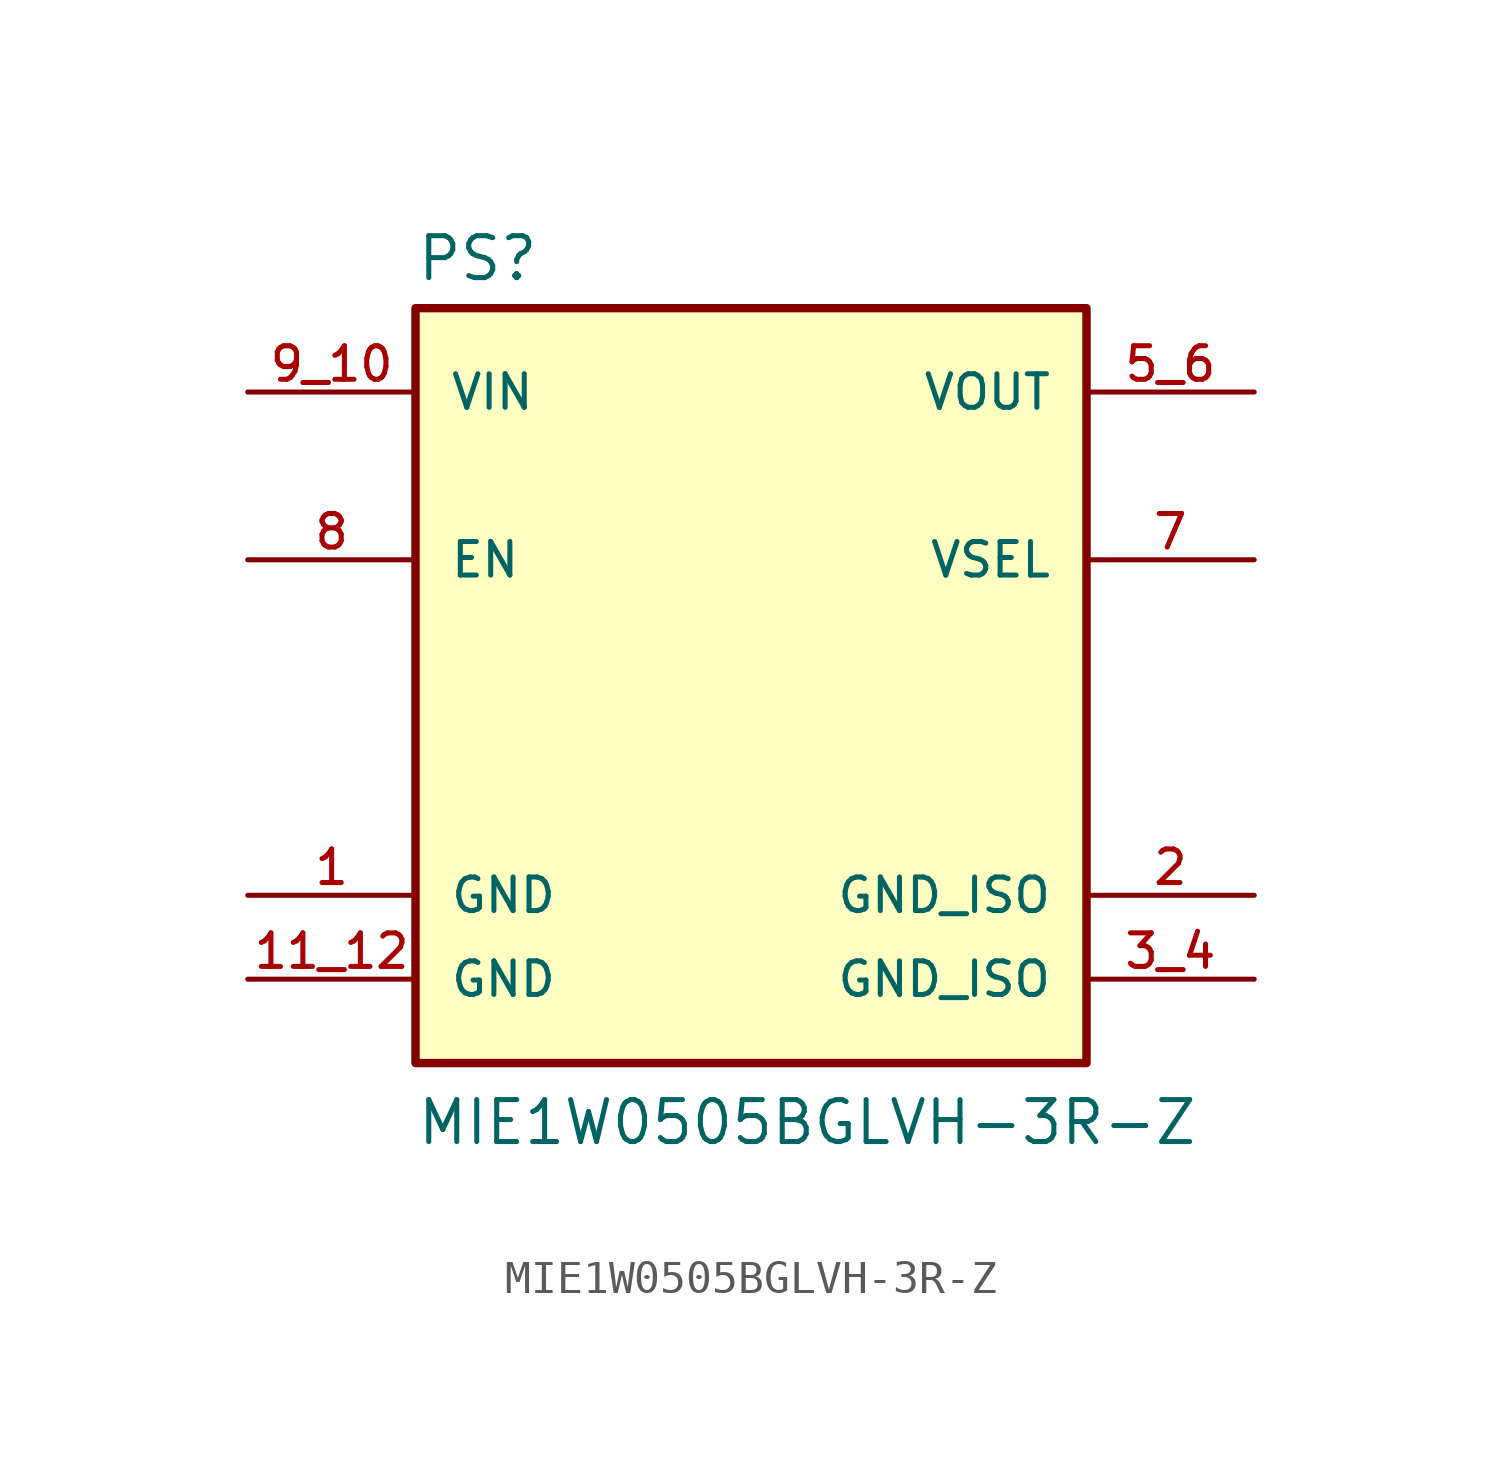
<source format=kicad_sym>
(kicad_symbol_lib
  (version 20241209)
  (generator "kicad_symbol_editor")
  (generator_version "9.0")
  (symbol "MIE1W0505BGLVH-3R-Z"
    (pin_names
      (offset 1.016))
    (property "Reference" "PS"
      (at -10.16 10.922 0)
      (effects (font (size 1.27 1.27)) (justify left bottom)))
    (property "Value" "MIE1W0505BGLVH-3R-Z"
      (at -10.16 -15.24 0)
      (effects (font (size 1.27 1.27)) (justify left bottom)))
    (symbol "MIE1W0505BGLVH-3R-Z_0_0"
      (rectangle (start -10.16 -12.7) (end 10.16 10.16) (stroke (width 0.254) (type default)) (fill (type background)))
      (pin power_in line (at -15.24 7.62 0) (length 5.08) (name "VIN" (effects (font (size 1.016 1.016)))) (number "9_10" (effects (font (size 1.016 1.016)))))
      (pin input line (at -15.24 2.54 0) (length 5.08) (name "EN" (effects (font (size 1.016 1.016)))) (number "8" (effects (font (size 1.016 1.016)))))
      (pin power_out line (at -15.24 -7.62 0) (length 5.08) (name "GND" (effects (font (size 1.016 1.016)))) (number "1" (effects (font (size 1.016 1.016)))))
      (pin power_out line (at -15.24 -10.16 0) (length 5.08) (name "GND" (effects (font (size 1.016 1.016)))) (number "11_12" (effects (font (size 1.016 1.016)))))
      (pin power_out line (at 15.24 7.62 180) (length 5.08) (name "VOUT" (effects (font (size 1.016 1.016)))) (number "5_6" (effects (font (size 1.016 1.016)))))
      (pin input line (at 15.24 2.54 180) (length 5.08) (name "VSEL" (effects (font (size 1.016 1.016)))) (number "7" (effects (font (size 1.016 1.016)))))
      (pin power_in line (at 15.24 -7.62 180) (length 5.08) (name "GND_ISO" (effects (font (size 1.016 1.016)))) (number "2" (effects (font (size 1.016 1.016)))))
      (pin power_in line (at 15.24 -10.16 180) (length 5.08) (name "GND_ISO" (effects (font (size 1.016 1.016)))) (number "3_4" (effects (font (size 1.016 1.016))))))))
</source>
